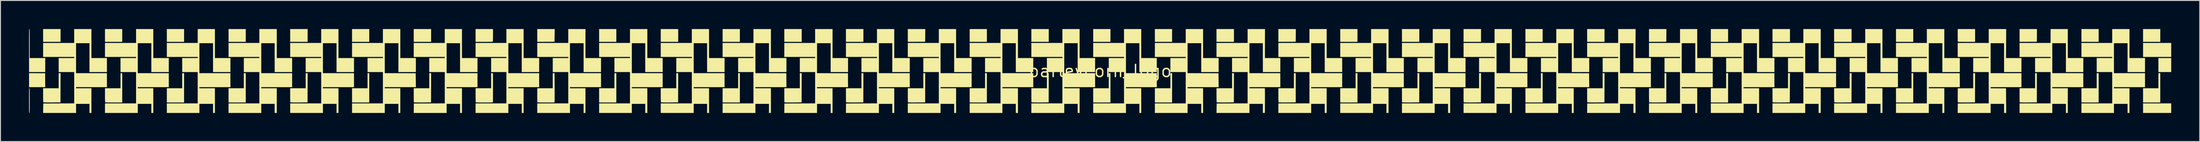
<source format=kicad_pcb>
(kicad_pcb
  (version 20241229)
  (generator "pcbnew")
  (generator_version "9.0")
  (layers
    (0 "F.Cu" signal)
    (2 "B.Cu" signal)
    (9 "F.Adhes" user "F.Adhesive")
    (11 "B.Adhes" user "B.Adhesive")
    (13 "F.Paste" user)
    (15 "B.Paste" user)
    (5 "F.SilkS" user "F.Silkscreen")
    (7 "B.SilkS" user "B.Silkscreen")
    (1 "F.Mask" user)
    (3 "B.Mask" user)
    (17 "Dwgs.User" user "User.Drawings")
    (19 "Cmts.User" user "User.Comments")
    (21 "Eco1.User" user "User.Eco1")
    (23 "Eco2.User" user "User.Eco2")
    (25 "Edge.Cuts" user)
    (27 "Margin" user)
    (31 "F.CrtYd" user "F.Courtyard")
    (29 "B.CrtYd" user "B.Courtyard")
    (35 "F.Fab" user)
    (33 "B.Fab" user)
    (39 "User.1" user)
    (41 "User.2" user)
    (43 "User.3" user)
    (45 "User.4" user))
  (footprint "barleycorn_logo"
    (layer "F.Cu")
    (at 112.506 4.408)
    (property "Reference" "barleycorn_logo" (at 0 0 0) (layer "F.SilkS") (effects (font (size 1.27 1.27) (thickness 0.15))))
    (attr exclude_from_pos_files exclude_from_bom)
    (fp_poly (pts (xy -109.199 -3.069) (xy -111.019 -3.069) (xy -111.019 -4.403) (xy -109.199 -4.403) (xy -109.199 -3.069)) (stroke (width 0.01) (type solid)) (fill yes) (layer "F.SilkS"))
    (fp_poly (pts (xy -102.722 -3.069) (xy -104.521 -3.069) (xy -104.521 -4.403) (xy -102.722 -4.403) (xy -102.722 -3.069)) (stroke (width 0.01) (type solid)) (fill yes) (layer "F.SilkS"))
    (fp_poly (pts (xy -96.224 -3.069) (xy -98.023 -3.069) (xy -98.023 -4.403) (xy -96.224 -4.403) (xy -96.224 -3.069)) (stroke (width 0.01) (type solid)) (fill yes) (layer "F.SilkS"))
    (fp_poly (pts (xy -89.747 -3.069) (xy -91.546 -3.069) (xy -91.546 -4.403) (xy -89.747 -4.403) (xy -89.747 -3.069)) (stroke (width 0.01) (type solid)) (fill yes) (layer "F.SilkS"))
    (fp_poly (pts (xy -83.249 -3.069) (xy -85.069 -3.069) (xy -85.069 -4.403) (xy -83.249 -4.403) (xy -83.249 -3.069)) (stroke (width 0.01) (type solid)) (fill yes) (layer "F.SilkS"))
    (fp_poly (pts (xy -76.772 -3.069) (xy -78.571 -3.069) (xy -78.571 -4.403) (xy -76.772 -4.403) (xy -76.772 -3.069)) (stroke (width 0.01) (type solid)) (fill yes) (layer "F.SilkS"))
    (fp_poly (pts (xy -70.273 -3.069) (xy -72.094 -3.069) (xy -72.094 -4.403) (xy -70.273 -4.403) (xy -70.273 -3.069)) (stroke (width 0.01) (type solid)) (fill yes) (layer "F.SilkS"))
    (fp_poly (pts (xy -57.309 -3.08) (xy -59.118 -3.069) (xy -59.118 -4.403) (xy -57.298 -4.403) (xy -57.309 -3.08)) (stroke (width 0.01) (type solid)) (fill yes) (layer "F.SilkS"))
    (fp_poly (pts (xy -50.821 -3.069) (xy -52.62 -3.069) (xy -52.62 -4.403) (xy -50.821 -4.403) (xy -50.821 -3.069)) (stroke (width 0.01) (type solid)) (fill yes) (layer "F.SilkS"))
    (fp_poly (pts (xy -44.323 -3.069) (xy -46.143 -3.069) (xy -46.143 -4.403) (xy -44.323 -4.403) (xy -44.323 -3.069)) (stroke (width 0.01) (type solid)) (fill yes) (layer "F.SilkS"))
    (fp_poly (pts (xy -37.846 -3.069) (xy -39.645 -3.069) (xy -39.645 -4.403) (xy -37.846 -4.403) (xy -37.846 -3.069)) (stroke (width 0.01) (type solid)) (fill yes) (layer "F.SilkS"))
    (fp_poly (pts (xy -31.348 -3.069) (xy -33.168 -3.069) (xy -33.168 -4.403) (xy -31.348 -4.403) (xy -31.348 -3.069)) (stroke (width 0.01) (type solid)) (fill yes) (layer "F.SilkS"))
    (fp_poly (pts (xy -24.871 -3.069) (xy -26.691 -3.069) (xy -26.691 -4.403) (xy -24.871 -4.403) (xy -24.871 -3.069)) (stroke (width 0.01) (type solid)) (fill yes) (layer "F.SilkS"))
    (fp_poly (pts (xy -18.383 -3.08) (xy -20.193 -3.069) (xy -20.193 -4.403) (xy -18.372 -4.403) (xy -18.383 -3.08)) (stroke (width 0.01) (type solid)) (fill yes) (layer "F.SilkS"))
    (fp_poly (pts (xy -11.896 -3.069) (xy -13.695 -3.069) (xy -13.695 -4.403) (xy -11.896 -4.403) (xy -11.896 -3.069)) (stroke (width 0.01) (type solid)) (fill yes) (layer "F.SilkS"))
    (fp_poly (pts (xy -5.397 -3.069) (xy -7.218 -3.069) (xy -7.218 -4.403) (xy -5.397 -4.403) (xy -5.397 -3.069)) (stroke (width 0.01) (type solid)) (fill yes) (layer "F.SilkS"))
    (fp_poly (pts (xy 1.079 -3.069) (xy -0.72 -3.069) (xy -0.72 -4.403) (xy 1.079 -4.403) (xy 1.079 -3.069)) (stroke (width 0.01) (type solid)) (fill yes) (layer "F.SilkS"))
    (fp_poly (pts (xy 7.556 -3.069) (xy 5.757 -3.069) (xy 5.757 -4.403) (xy 7.556 -4.403) (xy 7.556 -3.069)) (stroke (width 0.01) (type solid)) (fill yes) (layer "F.SilkS"))
    (fp_poly (pts (xy 14.055 -3.069) (xy 12.234 -3.069) (xy 12.234 -4.403) (xy 14.055 -4.403) (xy 14.055 -3.069)) (stroke (width 0.01) (type solid)) (fill yes) (layer "F.SilkS"))
    (fp_poly (pts (xy 20.542 -3.08) (xy 18.733 -3.069) (xy 18.733 -4.403) (xy 20.553 -4.403) (xy 20.542 -3.08)) (stroke (width 0.01) (type solid)) (fill yes) (layer "F.SilkS"))
    (fp_poly (pts (xy 27.03 -3.069) (xy 25.231 -3.069) (xy 25.231 -4.403) (xy 27.03 -4.403) (xy 27.03 -3.069)) (stroke (width 0.01) (type solid)) (fill yes) (layer "F.SilkS"))
    (fp_poly (pts (xy 33.528 -3.069) (xy 31.708 -3.069) (xy 31.708 -4.403) (xy 33.528 -4.403) (xy 33.528 -3.069)) (stroke (width 0.01) (type solid)) (fill yes) (layer "F.SilkS"))
    (fp_poly (pts (xy 40.005 -3.069) (xy 38.185 -3.069) (xy 38.185 -4.403) (xy 40.005 -4.403) (xy 40.005 -3.069)) (stroke (width 0.01) (type solid)) (fill yes) (layer "F.SilkS"))
    (fp_poly (pts (xy 46.482 -3.069) (xy 44.683 -3.069) (xy 44.683 -4.403) (xy 46.482 -4.403) (xy 46.482 -3.069)) (stroke (width 0.01) (type solid)) (fill yes) (layer "F.SilkS"))
    (fp_poly (pts (xy 52.98 -3.069) (xy 51.16 -3.069) (xy 51.16 -4.403) (xy 52.98 -4.403) (xy 52.98 -3.069)) (stroke (width 0.01) (type solid)) (fill yes) (layer "F.SilkS"))
    (fp_poly (pts (xy 59.468 -3.08) (xy 57.658 -3.069) (xy 57.658 -4.403) (xy 59.479 -4.403) (xy 59.468 -3.08)) (stroke (width 0.01) (type solid)) (fill yes) (layer "F.SilkS"))
    (fp_poly (pts (xy 65.955 -3.069) (xy 64.156 -3.069) (xy 64.156 -4.403) (xy 65.955 -4.403) (xy 65.955 -3.069)) (stroke (width 0.01) (type solid)) (fill yes) (layer "F.SilkS"))
    (fp_poly (pts (xy 72.454 -3.069) (xy 70.633 -3.069) (xy 70.633 -4.403) (xy 72.454 -4.403) (xy 72.454 -3.069)) (stroke (width 0.01) (type solid)) (fill yes) (layer "F.SilkS"))
    (fp_poly (pts (xy 78.93 -3.069) (xy 77.11 -3.069) (xy 77.11 -4.403) (xy 78.93 -4.403) (xy 78.93 -3.069)) (stroke (width 0.01) (type solid)) (fill yes) (layer "F.SilkS"))
    (fp_poly (pts (xy 85.407 -3.069) (xy 83.608 -3.069) (xy 83.608 -4.403) (xy 85.407 -4.403) (xy 85.407 -3.069)) (stroke (width 0.01) (type solid)) (fill yes) (layer "F.SilkS"))
    (fp_poly (pts (xy 98.393 -3.08) (xy 96.584 -3.069) (xy 96.584 -4.403) (xy 98.404 -4.403) (xy 98.393 -3.08)) (stroke (width 0.01) (type solid)) (fill yes) (layer "F.SilkS"))
    (fp_poly (pts (xy 104.881 -3.069) (xy 103.082 -3.069) (xy 103.082 -4.403) (xy 104.881 -4.403) (xy 104.881 -3.069)) (stroke (width 0.01) (type solid)) (fill yes) (layer "F.SilkS"))
    (fp_poly (pts (xy 111.358 -3.069) (xy 109.559 -3.069) (xy 109.559 -4.403) (xy 111.358 -4.403) (xy 111.358 -3.069)) (stroke (width 0.01) (type solid)) (fill yes) (layer "F.SilkS"))
    (fp_poly (pts (xy 112.501 -1.482) (xy 109.559 -1.482) (xy 109.559 -2.942) (xy 112.501 -2.942) (xy 112.501 -1.482)) (stroke (width 0.01) (type solid)) (fill yes) (layer "F.SilkS"))
    (fp_poly (pts (xy 112.501 0.106) (xy 111.167 0.106) (xy 111.167 -1.355) (xy 112.501 -1.355) (xy 112.501 0.106)) (stroke (width 0.01) (type solid)) (fill yes) (layer "F.SilkS"))
    (fp_poly (pts (xy 112.501 4.403) (xy 109.559 4.403) (xy 109.559 3.408) (xy 112.501 3.408) (xy 112.501 4.403)) (stroke (width 0.01) (type solid)) (fill yes) (layer "F.SilkS"))
    (fp_poly (pts (xy -111.659 0.238) (xy -110.818 0.243) (xy -110.813 0.968) (xy -110.807 1.693) (xy -112.501 1.693) (xy -112.501 0.232) (xy -111.659 0.238)) (stroke (width 0.01) (type solid)) (fill yes) (layer "F.SilkS"))
    (fp_poly (pts (xy -96.224 3.302) (xy -98.023 3.302) (xy -98.023 1.82) (xy -96.414 1.82) (xy -96.414 0.233) (xy -96.224 0.233) (xy -96.224 3.302)) (stroke (width 0.01) (type solid)) (fill yes) (layer "F.SilkS"))
    (fp_poly (pts (xy -89.747 3.302) (xy -91.546 3.302) (xy -91.546 1.82) (xy -89.937 1.82) (xy -89.937 0.233) (xy -89.747 0.233) (xy -89.747 3.302)) (stroke (width 0.01) (type solid)) (fill yes) (layer "F.SilkS"))
    (fp_poly (pts (xy -76.772 3.302) (xy -78.571 3.302) (xy -78.571 1.82) (xy -76.941 1.82) (xy -76.941 0.233) (xy -76.772 0.233) (xy -76.772 3.302)) (stroke (width 0.01) (type solid)) (fill yes) (layer "F.SilkS"))
    (fp_poly (pts (xy -50.821 3.302) (xy -52.62 3.302) (xy -52.62 1.82) (xy -51.012 1.82) (xy -51.012 0.233) (xy -50.821 0.233) (xy -50.821 3.302)) (stroke (width 0.01) (type solid)) (fill yes) (layer "F.SilkS"))
    (fp_poly (pts (xy -37.846 3.302) (xy -39.645 3.302) (xy -39.645 1.82) (xy -38.015 1.82) (xy -38.015 0.233) (xy -37.846 0.233) (xy -37.846 3.302)) (stroke (width 0.01) (type solid)) (fill yes) (layer "F.SilkS"))
    (fp_poly (pts (xy -11.896 3.302) (xy -13.695 3.302) (xy -13.695 1.82) (xy -12.086 1.82) (xy -12.086 0.233) (xy -11.896 0.233) (xy -11.896 3.302)) (stroke (width 0.01) (type solid)) (fill yes) (layer "F.SilkS"))
    (fp_poly (pts (xy 1.079 3.302) (xy -0.72 3.302) (xy -0.72 1.82) (xy 0.91 1.82) (xy 0.91 0.233) (xy 1.079 0.233) (xy 1.079 3.302)) (stroke (width 0.01) (type solid)) (fill yes) (layer "F.SilkS"))
    (fp_poly (pts (xy 7.556 3.302) (xy 5.757 3.302) (xy 5.757 1.82) (xy 7.387 1.82) (xy 7.387 0.233) (xy 7.556 0.233) (xy 7.556 3.302)) (stroke (width 0.01) (type solid)) (fill yes) (layer "F.SilkS"))
    (fp_poly (pts (xy 27.03 3.302) (xy 25.231 3.302) (xy 25.231 1.82) (xy 26.839 1.82) (xy 26.839 0.233) (xy 27.03 0.233) (xy 27.03 3.302)) (stroke (width 0.01) (type solid)) (fill yes) (layer "F.SilkS"))
    (fp_poly (pts (xy 46.482 3.302) (xy 44.683 3.302) (xy 44.683 1.82) (xy 46.313 1.82) (xy 46.313 0.233) (xy 46.482 0.233) (xy 46.482 3.302)) (stroke (width 0.01) (type solid)) (fill yes) (layer "F.SilkS"))
    (fp_poly (pts (xy 65.955 3.302) (xy 64.156 3.302) (xy 64.156 1.82) (xy 65.765 1.82) (xy 65.765 0.233) (xy 65.955 0.233) (xy 65.955 3.302)) (stroke (width 0.01) (type solid)) (fill yes) (layer "F.SilkS"))
    (fp_poly (pts (xy 85.407 3.302) (xy 83.608 3.302) (xy 83.608 1.82) (xy 85.238 1.82) (xy 85.238 0.233) (xy 85.407 0.233) (xy 85.407 3.302)) (stroke (width 0.01) (type solid)) (fill yes) (layer "F.SilkS"))
    (fp_poly (pts (xy 104.881 3.302) (xy 103.082 3.302) (xy 103.082 1.82) (xy 104.69 1.82) (xy 104.69 0.233) (xy 104.881 0.233) (xy 104.881 3.302)) (stroke (width 0.01) (type solid)) (fill yes) (layer "F.SilkS"))
    (fp_poly (pts (xy 111.358 3.302) (xy 109.559 3.302) (xy 109.559 1.82) (xy 111.167 1.82) (xy 111.167 0.233) (xy 111.358 0.233) (xy 111.358 3.302)) (stroke (width 0.01) (type solid)) (fill yes) (layer "F.SilkS"))
    (fp_poly (pts (xy 91.906 -3.069) (xy 91.01 -3.069) (xy 90.819 -3.069) (xy 90.641 -3.07) (xy 90.481 -3.072) (xy 90.344 -3.074) (xy 90.232 -3.076) (xy 90.152 -3.079) (xy 90.107 -3.082) (xy 90.099 -3.083) (xy 90.096 -3.107) (xy 90.093 -3.168) (xy 90.09 -3.261) (xy 90.088 -3.38) (xy 90.086 -3.521) (xy 90.085 -3.678) (xy 90.085 -3.75) (xy 90.085 -4.403) (xy 91.906 -4.403) (xy 91.906 -3.069)) (stroke (width 0.01) (type solid)) (fill yes) (layer "F.SilkS"))
    (fp_poly (pts (xy -102.722 3.302) (xy -103.607 3.302) (xy -103.797 3.302) (xy -103.973 3.301) (xy -104.132 3.299) (xy -104.269 3.297) (xy -104.378 3.295) (xy -104.457 3.292) (xy -104.5 3.289) (xy -104.507 3.288) (xy -104.51 3.264) (xy -104.513 3.203) (xy -104.516 3.109) (xy -104.518 2.988) (xy -104.52 2.845) (xy -104.521 2.684) (xy -104.521 2.547) (xy -104.521 1.82) (xy -102.891 1.82) (xy -102.891 0.233) (xy -102.722 0.233) (xy -102.722 3.302)) (stroke (width 0.01) (type solid)) (fill yes) (layer "F.SilkS"))
    (fp_poly (pts (xy -63.775 -3.769) (xy -63.776 -3.609) (xy -63.777 -3.461) (xy -63.779 -3.331) (xy -63.781 -3.225) (xy -63.784 -3.149) (xy -63.787 -3.108) (xy -63.788 -3.103) (xy -63.795 -3.094) (xy -63.811 -3.088) (xy -63.839 -3.082) (xy -63.884 -3.078) (xy -63.95 -3.075) (xy -64.039 -3.072) (xy -64.156 -3.071) (xy -64.304 -3.07) (xy -64.488 -3.069) (xy -64.698 -3.069) (xy -65.596 -3.069) (xy -65.596 -4.403) (xy -63.775 -4.403) (xy -63.775 -3.769)) (stroke (width 0.01) (type solid)) (fill yes) (layer "F.SilkS"))
    (fp_poly (pts (xy -109.204 1.762) (xy -109.209 3.291) (xy -110.1 3.297) (xy -110.29 3.298) (xy -110.467 3.298) (xy -110.626 3.297) (xy -110.764 3.296) (xy -110.874 3.295) (xy -110.954 3.292) (xy -110.997 3.29) (xy -111.005 3.288) (xy -111.008 3.264) (xy -111.011 3.203) (xy -111.014 3.11) (xy -111.016 2.988) (xy -111.018 2.845) (xy -111.019 2.684) (xy -111.019 2.547) (xy -111.019 1.82) (xy -109.389 1.82) (xy -109.389 0.233) (xy -109.199 0.233) (xy -109.204 1.762)) (stroke (width 0.01) (type solid)) (fill yes) (layer "F.SilkS"))
    (fp_poly (pts (xy -83.254 1.762) (xy -83.259 3.291) (xy -84.15 3.297) (xy -84.34 3.298) (xy -84.517 3.298) (xy -84.676 3.297) (xy -84.813 3.296) (xy -84.924 3.295) (xy -85.003 3.292) (xy -85.047 3.29) (xy -85.054 3.288) (xy -85.058 3.264) (xy -85.061 3.203) (xy -85.064 3.11) (xy -85.066 2.988) (xy -85.068 2.845) (xy -85.069 2.684) (xy -85.069 2.547) (xy -85.069 1.82) (xy -83.439 1.82) (xy -83.439 0.233) (xy -83.248 0.233) (xy -83.254 1.762)) (stroke (width 0.01) (type solid)) (fill yes) (layer "F.SilkS"))
    (fp_poly (pts (xy -70.278 1.762) (xy -70.284 3.291) (xy -71.174 3.297) (xy -71.365 3.298) (xy -71.542 3.298) (xy -71.701 3.297) (xy -71.838 3.296) (xy -71.949 3.295) (xy -72.028 3.292) (xy -72.072 3.29) (xy -72.079 3.288) (xy -72.083 3.264) (xy -72.086 3.203) (xy -72.089 3.11) (xy -72.091 2.988) (xy -72.092 2.845) (xy -72.093 2.684) (xy -72.094 2.547) (xy -72.094 1.82) (xy -70.464 1.82) (xy -70.464 0.233) (xy -70.273 0.233) (xy -70.278 1.762)) (stroke (width 0.01) (type solid)) (fill yes) (layer "F.SilkS"))
    (fp_poly (pts (xy -44.328 1.762) (xy -44.334 3.291) (xy -45.224 3.297) (xy -45.414 3.298) (xy -45.591 3.298) (xy -45.751 3.297) (xy -45.888 3.296) (xy -45.998 3.295) (xy -46.078 3.292) (xy -46.122 3.29) (xy -46.129 3.288) (xy -46.132 3.264) (xy -46.135 3.203) (xy -46.138 3.11) (xy -46.14 2.988) (xy -46.142 2.845) (xy -46.143 2.684) (xy -46.143 2.547) (xy -46.143 1.82) (xy -44.514 1.82) (xy -44.514 0.233) (xy -44.323 0.233) (xy -44.328 1.762)) (stroke (width 0.01) (type solid)) (fill yes) (layer "F.SilkS"))
    (fp_poly (pts (xy -31.353 1.762) (xy -31.358 3.291) (xy -32.249 3.297) (xy -32.439 3.298) (xy -32.616 3.298) (xy -32.775 3.297) (xy -32.913 3.296) (xy -33.023 3.295) (xy -33.103 3.292) (xy -33.146 3.29) (xy -33.154 3.288) (xy -33.157 3.264) (xy -33.16 3.203) (xy -33.163 3.11) (xy -33.165 2.988) (xy -33.167 2.845) (xy -33.168 2.684) (xy -33.168 2.547) (xy -33.168 1.82) (xy -31.538 1.82) (xy -31.538 0.233) (xy -31.348 0.233) (xy -31.353 1.762)) (stroke (width 0.01) (type solid)) (fill yes) (layer "F.SilkS"))
    (fp_poly (pts (xy -24.876 1.762) (xy -24.881 3.291) (xy -25.772 3.297) (xy -25.962 3.298) (xy -26.139 3.298) (xy -26.298 3.297) (xy -26.436 3.296) (xy -26.546 3.295) (xy -26.626 3.292) (xy -26.669 3.29) (xy -26.677 3.288) (xy -26.68 3.264) (xy -26.683 3.203) (xy -26.686 3.11) (xy -26.688 2.988) (xy -26.69 2.845) (xy -26.691 2.684) (xy -26.691 2.547) (xy -26.691 1.82) (xy -25.061 1.82) (xy -25.061 0.233) (xy -24.871 0.233) (xy -24.876 1.762)) (stroke (width 0.01) (type solid)) (fill yes) (layer "F.SilkS"))
    (fp_poly (pts (xy -18.473 0.237) (xy -18.383 0.243) (xy -18.383 3.291) (xy -19.274 3.297) (xy -19.464 3.298) (xy -19.641 3.298) (xy -19.8 3.297) (xy -19.937 3.296) (xy -20.048 3.295) (xy -20.127 3.292) (xy -20.171 3.29) (xy -20.179 3.288) (xy -20.182 3.264) (xy -20.185 3.203) (xy -20.188 3.11) (xy -20.19 2.988) (xy -20.192 2.845) (xy -20.193 2.684) (xy -20.193 2.547) (xy -20.193 1.82) (xy -18.563 1.82) (xy -18.563 0.23) (xy -18.473 0.237)) (stroke (width 0.01) (type solid)) (fill yes) (layer "F.SilkS"))
    (fp_poly (pts (xy -5.403 1.762) (xy -5.408 3.291) (xy -6.299 3.297) (xy -6.489 3.298) (xy -6.666 3.298) (xy -6.825 3.297) (xy -6.962 3.296) (xy -7.073 3.295) (xy -7.152 3.292) (xy -7.196 3.29) (xy -7.203 3.288) (xy -7.207 3.264) (xy -7.21 3.203) (xy -7.213 3.11) (xy -7.215 2.988) (xy -7.217 2.845) (xy -7.218 2.684) (xy -7.218 2.547) (xy -7.218 1.82) (xy -5.588 1.82) (xy -5.588 0.233) (xy -5.397 0.233) (xy -5.403 1.762)) (stroke (width 0.01) (type solid)) (fill yes) (layer "F.SilkS"))
    (fp_poly (pts (xy 14.05 1.762) (xy 14.044 3.291) (xy 13.154 3.297) (xy 12.963 3.298) (xy 12.786 3.298) (xy 12.627 3.297) (xy 12.49 3.296) (xy 12.379 3.295) (xy 12.3 3.292) (xy 12.256 3.29) (xy 12.249 3.288) (xy 12.245 3.264) (xy 12.242 3.203) (xy 12.239 3.11) (xy 12.237 2.988) (xy 12.236 2.845) (xy 12.235 2.684) (xy 12.234 2.547) (xy 12.234 1.82) (xy 13.864 1.82) (xy 13.864 0.233) (xy 14.055 0.233) (xy 14.05 1.762)) (stroke (width 0.01) (type solid)) (fill yes) (layer "F.SilkS"))
    (fp_poly (pts (xy 20.452 0.237) (xy 20.542 0.243) (xy 20.542 3.291) (xy 19.652 3.297) (xy 19.462 3.298) (xy 19.285 3.298) (xy 19.125 3.297) (xy 18.988 3.296) (xy 18.878 3.295) (xy 18.798 3.292) (xy 18.754 3.29) (xy 18.747 3.288) (xy 18.743 3.264) (xy 18.74 3.203) (xy 18.738 3.11) (xy 18.735 2.988) (xy 18.734 2.845) (xy 18.733 2.684) (xy 18.733 2.547) (xy 18.733 1.82) (xy 20.362 1.82) (xy 20.362 0.23) (xy 20.452 0.237)) (stroke (width 0.01) (type solid)) (fill yes) (layer "F.SilkS"))
    (fp_poly (pts (xy 33.523 1.762) (xy 33.517 3.291) (xy 32.627 3.297) (xy 32.437 3.298) (xy 32.26 3.298) (xy 32.1 3.297) (xy 31.963 3.296) (xy 31.853 3.295) (xy 31.773 3.292) (xy 31.729 3.29) (xy 31.722 3.288) (xy 31.719 3.264) (xy 31.716 3.203) (xy 31.713 3.11) (xy 31.711 2.988) (xy 31.709 2.845) (xy 31.708 2.684) (xy 31.708 2.547) (xy 31.708 1.82) (xy 33.337 1.82) (xy 33.337 0.233) (xy 33.528 0.233) (xy 33.523 1.762)) (stroke (width 0.01) (type solid)) (fill yes) (layer "F.SilkS"))
    (fp_poly (pts (xy 40 1.762) (xy 39.994 3.291) (xy 39.104 3.297) (xy 38.914 3.298) (xy 38.737 3.298) (xy 38.577 3.297) (xy 38.44 3.296) (xy 38.33 3.295) (xy 38.25 3.292) (xy 38.206 3.29) (xy 38.199 3.288) (xy 38.196 3.264) (xy 38.193 3.203) (xy 38.19 3.11) (xy 38.188 2.988) (xy 38.186 2.845) (xy 38.185 2.684) (xy 38.185 2.547) (xy 38.185 1.82) (xy 39.815 1.82) (xy 39.815 0.233) (xy 40.005 0.233) (xy 40 1.762)) (stroke (width 0.01) (type solid)) (fill yes) (layer "F.SilkS"))
    (fp_poly (pts (xy 52.975 1.762) (xy 52.97 3.291) (xy 52.079 3.297) (xy 51.889 3.298) (xy 51.712 3.298) (xy 51.553 3.297) (xy 51.415 3.296) (xy 51.305 3.295) (xy 51.225 3.292) (xy 51.182 3.29) (xy 51.174 3.288) (xy 51.171 3.264) (xy 51.168 3.203) (xy 51.165 3.11) (xy 51.163 2.988) (xy 51.161 2.845) (xy 51.16 2.684) (xy 51.16 2.547) (xy 51.16 1.82) (xy 52.79 1.82) (xy 52.79 0.233) (xy 52.98 0.233) (xy 52.975 1.762)) (stroke (width 0.01) (type solid)) (fill yes) (layer "F.SilkS"))
    (fp_poly (pts (xy 59.378 0.237) (xy 59.468 0.243) (xy 59.468 3.291) (xy 58.577 3.297) (xy 58.387 3.298) (xy 58.21 3.298) (xy 58.051 3.297) (xy 57.914 3.296) (xy 57.803 3.295) (xy 57.724 3.292) (xy 57.68 3.29) (xy 57.672 3.288) (xy 57.669 3.264) (xy 57.666 3.203) (xy 57.663 3.11) (xy 57.661 2.988) (xy 57.659 2.845) (xy 57.658 2.684) (xy 57.658 2.547) (xy 57.658 1.82) (xy 59.288 1.82) (xy 59.288 0.23) (xy 59.378 0.237)) (stroke (width 0.01) (type solid)) (fill yes) (layer "F.SilkS"))
    (fp_poly (pts (xy 72.448 1.762) (xy 72.443 3.291) (xy 71.552 3.297) (xy 71.362 3.298) (xy 71.185 3.298) (xy 71.026 3.297) (xy 70.889 3.296) (xy 70.778 3.295) (xy 70.699 3.292) (xy 70.655 3.29) (xy 70.648 3.288) (xy 70.644 3.264) (xy 70.641 3.203) (xy 70.638 3.11) (xy 70.636 2.988) (xy 70.634 2.845) (xy 70.633 2.684) (xy 70.633 2.547) (xy 70.633 1.82) (xy 72.263 1.82) (xy 72.263 0.233) (xy 72.454 0.233) (xy 72.448 1.762)) (stroke (width 0.01) (type solid)) (fill yes) (layer "F.SilkS"))
    (fp_poly (pts (xy 78.925 1.762) (xy 78.92 3.291) (xy 78.029 3.297) (xy 77.839 3.298) (xy 77.662 3.298) (xy 77.503 3.297) (xy 77.366 3.296) (xy 77.255 3.295) (xy 77.176 3.292) (xy 77.132 3.29) (xy 77.125 3.288) (xy 77.121 3.264) (xy 77.118 3.203) (xy 77.115 3.11) (xy 77.113 2.988) (xy 77.111 2.845) (xy 77.11 2.684) (xy 77.11 2.547) (xy 77.11 1.82) (xy 78.74 1.82) (xy 78.74 0.233) (xy 78.931 0.233) (xy 78.925 1.762)) (stroke (width 0.01) (type solid)) (fill yes) (layer "F.SilkS"))
    (fp_poly (pts (xy 98.303 0.237) (xy 98.393 0.243) (xy 98.393 3.291) (xy 97.503 3.297) (xy 97.313 3.298) (xy 97.136 3.298) (xy 96.976 3.297) (xy 96.839 3.296) (xy 96.729 3.295) (xy 96.649 3.292) (xy 96.605 3.29) (xy 96.598 3.288) (xy 96.594 3.264) (xy 96.591 3.203) (xy 96.589 3.11) (xy 96.586 2.988) (xy 96.585 2.845) (xy 96.584 2.684) (xy 96.584 2.547) (xy 96.584 1.82) (xy 98.213 1.82) (xy 98.213 0.23) (xy 98.303 0.237)) (stroke (width 0.01) (type solid)) (fill yes) (layer "F.SilkS"))
    (fp_poly (pts (xy 91.901 1.762) (xy 91.895 3.291) (xy 91 3.297) (xy 90.773 3.298) (xy 90.585 3.298) (xy 90.433 3.298) (xy 90.314 3.296) (xy 90.224 3.294) (xy 90.16 3.29) (xy 90.12 3.286) (xy 90.099 3.28) (xy 90.095 3.276) (xy 90.093 3.249) (xy 90.091 3.185) (xy 90.09 3.088) (xy 90.089 2.965) (xy 90.089 2.821) (xy 90.09 2.659) (xy 90.09 2.54) (xy 90.096 1.831) (xy 90.906 1.825) (xy 91.715 1.82) (xy 91.715 0.233) (xy 91.906 0.233) (xy 91.901 1.762)) (stroke (width 0.01) (type solid)) (fill yes) (layer "F.SilkS"))
    (fp_poly (pts (xy -99.462 -1.355) (xy -97.832 -1.355) (xy -97.832 0.106) (xy -99.653 0.106) (xy -99.653 -2.921) (xy -101.092 -2.921) (xy -101.092 0.233) (xy -97.832 0.233) (xy -97.832 1.693) (xy -101.092 1.693) (xy -101.092 1.82) (xy -99.462 1.82) (xy -99.462 4.403) (xy -99.653 4.403) (xy -99.653 3.45) (xy -101.092 3.45) (xy -101.092 4.403) (xy -104.521 4.403) (xy -104.521 3.408) (xy -101.261 3.408) (xy -101.261 0.106) (xy -102.891 0.106) (xy -102.891 -1.355) (xy -101.261 -1.355) (xy -101.261 -1.482) (xy -104.521 -1.482) (xy -104.521 -2.942) (xy -101.261 -2.942) (xy -101.261 -4.403) (xy -99.462 -4.403) (xy -99.462 -1.355)) (stroke (width 0.01) (type solid)) (fill yes) (layer "F.SilkS"))
    (fp_poly (pts (xy -92.985 -1.355) (xy -91.355 -1.355) (xy -91.355 0.106) (xy -93.176 0.106) (xy -93.176 -2.921) (xy -94.615 -2.921) (xy -94.615 0.233) (xy -91.355 0.233) (xy -91.355 1.693) (xy -94.615 1.693) (xy -94.615 1.82) (xy -92.985 1.82) (xy -92.985 4.403) (xy -93.176 4.403) (xy -93.176 3.45) (xy -94.615 3.45) (xy -94.615 4.403) (xy -98.023 4.403) (xy -98.023 3.408) (xy -94.784 3.408) (xy -94.784 0.106) (xy -96.414 0.106) (xy -96.414 -1.355) (xy -94.784 -1.355) (xy -94.784 -1.482) (xy -98.023 -1.482) (xy -98.023 -2.942) (xy -94.784 -2.942) (xy -94.784 -4.403) (xy -92.985 -4.403) (xy -92.985 -1.355)) (stroke (width 0.01) (type solid)) (fill yes) (layer "F.SilkS"))
    (fp_poly (pts (xy -86.487 -1.355) (xy -84.878 -1.355) (xy -84.878 0.106) (xy -86.699 0.106) (xy -86.699 -2.921) (xy -88.117 -2.921) (xy -88.117 0.233) (xy -84.878 0.233) (xy -84.878 1.693) (xy -88.117 1.693) (xy -88.117 1.82) (xy -86.487 1.82) (xy -86.487 4.403) (xy -86.699 4.403) (xy -86.699 3.45) (xy -88.117 3.45) (xy -88.117 4.403) (xy -91.546 4.403) (xy -91.546 3.408) (xy -88.307 3.408) (xy -88.307 0.106) (xy -89.937 0.106) (xy -89.937 -1.355) (xy -88.307 -1.355) (xy -88.307 -1.482) (xy -91.546 -1.482) (xy -91.546 -2.942) (xy -88.307 -2.942) (xy -88.307 -4.403) (xy -86.487 -4.403) (xy -86.487 -1.355)) (stroke (width 0.01) (type solid)) (fill yes) (layer "F.SilkS"))
    (fp_poly (pts (xy -80.01 -1.355) (xy -78.38 -1.355) (xy -78.38 0.106) (xy -80.201 0.106) (xy -80.201 -2.921) (xy -81.64 -2.921) (xy -81.64 0.233) (xy -78.38 0.233) (xy -78.38 1.693) (xy -81.64 1.693) (xy -81.64 1.82) (xy -80.01 1.82) (xy -80.01 4.403) (xy -80.201 4.403) (xy -80.201 3.45) (xy -81.64 3.45) (xy -81.64 4.403) (xy -85.069 4.403) (xy -85.069 3.408) (xy -81.809 3.408) (xy -81.809 0.106) (xy -83.439 0.106) (xy -83.439 -1.355) (xy -81.809 -1.355) (xy -81.809 -1.482) (xy -85.069 -1.482) (xy -85.069 -2.942) (xy -81.809 -2.942) (xy -81.809 -4.403) (xy -80.01 -4.403) (xy -80.01 -1.355)) (stroke (width 0.01) (type solid)) (fill yes) (layer "F.SilkS"))
    (fp_poly (pts (xy -60.558 -1.355) (xy -58.928 -1.355) (xy -58.928 0.106) (xy -60.748 0.106) (xy -60.748 -2.921) (xy -62.166 -2.921) (xy -62.166 0.233) (xy -58.928 0.233) (xy -58.928 1.693) (xy -62.166 1.693) (xy -62.166 1.82) (xy -60.558 1.82) (xy -60.558 4.403) (xy -60.748 4.403) (xy -60.748 3.45) (xy -62.166 3.45) (xy -62.166 4.403) (xy -65.596 4.403) (xy -65.596 3.408) (xy -62.357 3.408) (xy -62.357 0.106) (xy -63.966 0.106) (xy -63.966 -1.355) (xy -62.357 -1.355) (xy -62.357 -1.482) (xy -65.596 -1.482) (xy -65.596 -2.942) (xy -62.357 -2.942) (xy -62.357 -4.403) (xy -60.558 -4.403) (xy -60.558 -1.355)) (stroke (width 0.01) (type solid)) (fill yes) (layer "F.SilkS"))
    (fp_poly (pts (xy -54.06 -1.355) (xy -52.43 -1.355) (xy -52.43 0.106) (xy -54.25 0.106) (xy -54.25 -2.921) (xy -55.69 -2.921) (xy -55.69 0.233) (xy -52.43 0.233) (xy -52.43 1.693) (xy -55.69 1.693) (xy -55.69 1.82) (xy -54.06 1.82) (xy -54.06 4.403) (xy -54.25 4.403) (xy -54.25 3.45) (xy -55.69 3.45) (xy -55.69 4.403) (xy -59.118 4.403) (xy -59.118 3.408) (xy -55.859 3.408) (xy -55.859 0.106) (xy -57.489 0.106) (xy -57.489 -1.355) (xy -55.859 -1.355) (xy -55.859 -1.482) (xy -59.118 -1.482) (xy -59.118 -2.942) (xy -55.859 -2.942) (xy -55.859 -4.403) (xy -54.06 -4.403) (xy -54.06 -1.355)) (stroke (width 0.01) (type solid)) (fill yes) (layer "F.SilkS"))
    (fp_poly (pts (xy -47.562 -1.355) (xy -45.953 -1.355) (xy -45.953 0.106) (xy -47.773 0.106) (xy -47.773 -2.921) (xy -49.191 -2.921) (xy -49.191 0.233) (xy -45.953 0.233) (xy -45.953 1.693) (xy -49.191 1.693) (xy -49.191 1.82) (xy -47.562 1.82) (xy -47.562 4.403) (xy -47.773 4.403) (xy -47.773 3.45) (xy -49.191 3.45) (xy -49.191 4.403) (xy -52.62 4.403) (xy -52.62 3.408) (xy -49.382 3.408) (xy -49.382 0.106) (xy -51.012 0.106) (xy -51.012 -1.355) (xy -49.382 -1.355) (xy -49.382 -1.482) (xy -52.62 -1.482) (xy -52.62 -2.942) (xy -49.382 -2.942) (xy -49.382 -4.403) (xy -47.562 -4.403) (xy -47.562 -1.355)) (stroke (width 0.01) (type solid)) (fill yes) (layer "F.SilkS"))
    (fp_poly (pts (xy -41.084 -1.355) (xy -39.455 -1.355) (xy -39.455 0.106) (xy -41.275 0.106) (xy -41.275 -2.921) (xy -42.693 -2.921) (xy -42.693 0.233) (xy -39.455 0.233) (xy -39.455 1.693) (xy -42.693 1.693) (xy -42.693 1.82) (xy -41.084 1.82) (xy -41.084 4.403) (xy -41.275 4.403) (xy -41.275 3.45) (xy -42.693 3.45) (xy -42.693 4.403) (xy -46.143 4.403) (xy -46.143 3.408) (xy -42.884 3.408) (xy -42.884 0.106) (xy -44.514 0.106) (xy -44.514 -1.355) (xy -42.884 -1.355) (xy -42.884 -1.482) (xy -46.143 -1.482) (xy -46.143 -2.942) (xy -42.884 -2.942) (xy -42.884 -4.403) (xy -41.084 -4.403) (xy -41.084 -1.355)) (stroke (width 0.01) (type solid)) (fill yes) (layer "F.SilkS"))
    (fp_poly (pts (xy -15.134 -1.355) (xy -13.504 -1.355) (xy -13.504 0.106) (xy -15.325 0.106) (xy -15.325 -2.921) (xy -16.764 -2.921) (xy -16.764 0.233) (xy -13.504 0.233) (xy -13.504 1.693) (xy -16.764 1.693) (xy -16.764 1.82) (xy -15.134 1.82) (xy -15.134 4.403) (xy -15.325 4.403) (xy -15.325 3.45) (xy -16.764 3.45) (xy -16.764 4.403) (xy -20.193 4.403) (xy -20.193 3.408) (xy -16.933 3.408) (xy -16.933 0.106) (xy -18.563 0.106) (xy -18.563 -1.355) (xy -16.933 -1.355) (xy -16.933 -1.482) (xy -20.193 -1.482) (xy -20.193 -2.942) (xy -16.933 -2.942) (xy -16.933 -4.403) (xy -15.134 -4.403) (xy -15.134 -1.355)) (stroke (width 0.01) (type solid)) (fill yes) (layer "F.SilkS"))
    (fp_poly (pts (xy -8.636 -1.355) (xy -7.027 -1.355) (xy -7.027 0.106) (xy -8.848 0.106) (xy -8.848 -2.921) (xy -10.266 -2.921) (xy -10.266 0.233) (xy -7.027 0.233) (xy -7.027 1.693) (xy -10.266 1.693) (xy -10.266 1.82) (xy -8.636 1.82) (xy -8.636 4.403) (xy -8.848 4.403) (xy -8.848 3.45) (xy -10.266 3.45) (xy -10.266 4.403) (xy -13.695 4.403) (xy -13.695 3.408) (xy -10.456 3.408) (xy -10.456 0.106) (xy -12.086 0.106) (xy -12.086 -1.355) (xy -10.456 -1.355) (xy -10.456 -1.482) (xy -13.695 -1.482) (xy -13.695 -2.942) (xy -10.456 -2.942) (xy -10.456 -4.403) (xy -8.636 -4.403) (xy -8.636 -1.355)) (stroke (width 0.01) (type solid)) (fill yes) (layer "F.SilkS"))
    (fp_poly (pts (xy -2.159 -1.355) (xy -0.529 -1.355) (xy -0.529 0.106) (xy -2.349 0.106) (xy -2.349 -2.921) (xy -3.768 -2.921) (xy -3.768 0.233) (xy -0.529 0.233) (xy -0.529 1.693) (xy -3.768 1.693) (xy -3.768 1.82) (xy -2.159 1.82) (xy -2.159 4.403) (xy -2.349 4.403) (xy -2.349 3.45) (xy -3.768 3.45) (xy -3.768 4.403) (xy -7.218 4.403) (xy -7.218 3.408) (xy -3.958 3.408) (xy -3.958 0.106) (xy -5.588 0.106) (xy -5.588 -1.355) (xy -3.958 -1.355) (xy -3.958 -1.482) (xy -7.218 -1.482) (xy -7.218 -2.942) (xy -3.958 -2.942) (xy -3.958 -4.403) (xy -2.159 -4.403) (xy -2.159 -1.355)) (stroke (width 0.01) (type solid)) (fill yes) (layer "F.SilkS"))
    (fp_poly (pts (xy 4.318 -1.355) (xy 5.948 -1.355) (xy 5.948 0.106) (xy 4.128 0.106) (xy 4.128 -2.921) (xy 2.709 -2.921) (xy 2.709 0.233) (xy 5.948 0.233) (xy 5.948 1.693) (xy 2.709 1.693) (xy 2.709 1.82) (xy 4.318 1.82) (xy 4.318 4.403) (xy 4.128 4.403) (xy 4.128 3.45) (xy 2.709 3.45) (xy 2.709 4.403) (xy -0.72 4.403) (xy -0.72 3.408) (xy 2.519 3.408) (xy 2.519 0.106) (xy 0.91 0.106) (xy 0.91 -1.355) (xy 2.519 -1.355) (xy 2.519 -1.482) (xy -0.72 -1.482) (xy -0.72 -2.942) (xy 2.519 -2.942) (xy 2.519 -4.403) (xy 4.318 -4.403) (xy 4.318 -1.355)) (stroke (width 0.01) (type solid)) (fill yes) (layer "F.SilkS"))
    (fp_poly (pts (xy 23.791 -1.355) (xy 25.421 -1.355) (xy 25.421 0.106) (xy 23.601 0.106) (xy 23.601 -2.921) (xy 22.162 -2.921) (xy 22.162 0.233) (xy 25.421 0.233) (xy 25.421 1.693) (xy 22.162 1.693) (xy 22.162 1.82) (xy 23.791 1.82) (xy 23.791 4.403) (xy 23.601 4.403) (xy 23.601 3.45) (xy 22.162 3.45) (xy 22.162 4.403) (xy 18.733 4.403) (xy 18.733 3.408) (xy 21.992 3.408) (xy 21.992 0.106) (xy 20.362 0.106) (xy 20.362 -1.355) (xy 21.992 -1.355) (xy 21.992 -1.482) (xy 18.733 -1.482) (xy 18.733 -2.942) (xy 21.992 -2.942) (xy 21.992 -4.403) (xy 23.791 -4.403) (xy 23.791 -1.355)) (stroke (width 0.01) (type solid)) (fill yes) (layer "F.SilkS"))
    (fp_poly (pts (xy 30.29 -1.355) (xy 31.898 -1.355) (xy 31.898 0.106) (xy 30.078 0.106) (xy 30.078 -2.921) (xy 28.66 -2.921) (xy 28.66 0.233) (xy 31.898 0.233) (xy 31.898 1.693) (xy 28.66 1.693) (xy 28.66 1.82) (xy 30.29 1.82) (xy 30.29 4.403) (xy 30.078 4.403) (xy 30.078 3.45) (xy 28.66 3.45) (xy 28.66 4.403) (xy 25.231 4.403) (xy 25.231 3.408) (xy 28.469 3.408) (xy 28.469 0.106) (xy 26.839 0.106) (xy 26.839 -1.355) (xy 28.469 -1.355) (xy 28.469 -1.482) (xy 25.231 -1.482) (xy 25.231 -2.942) (xy 28.469 -2.942) (xy 28.469 -4.403) (xy 30.29 -4.403) (xy 30.29 -1.355)) (stroke (width 0.01) (type solid)) (fill yes) (layer "F.SilkS"))
    (fp_poly (pts (xy 36.767 -1.355) (xy 38.375 -1.355) (xy 38.375 0.106) (xy 36.555 0.106) (xy 36.555 -2.921) (xy 35.137 -2.921) (xy 35.137 0.233) (xy 38.375 0.233) (xy 38.375 1.693) (xy 35.137 1.693) (xy 35.137 1.82) (xy 36.767 1.82) (xy 36.767 4.403) (xy 36.555 4.403) (xy 36.555 3.45) (xy 35.137 3.45) (xy 35.137 4.403) (xy 31.708 4.403) (xy 31.708 3.408) (xy 34.946 3.408) (xy 34.946 0.106) (xy 33.337 0.106) (xy 33.337 -1.355) (xy 34.946 -1.355) (xy 34.946 -1.482) (xy 31.708 -1.482) (xy 31.708 -2.942) (xy 34.946 -2.942) (xy 34.946 -4.403) (xy 36.767 -4.403) (xy 36.767 -1.355)) (stroke (width 0.01) (type solid)) (fill yes) (layer "F.SilkS"))
    (fp_poly (pts (xy 43.243 -1.355) (xy 44.873 -1.355) (xy 44.873 0.106) (xy 43.053 0.106) (xy 43.053 -2.921) (xy 41.635 -2.921) (xy 41.635 0.233) (xy 44.873 0.233) (xy 44.873 1.693) (xy 41.635 1.693) (xy 41.635 1.82) (xy 43.243 1.82) (xy 43.243 4.403) (xy 43.053 4.403) (xy 43.053 3.45) (xy 41.635 3.45) (xy 41.635 4.403) (xy 38.185 4.403) (xy 38.185 3.408) (xy 41.444 3.408) (xy 41.444 0.106) (xy 39.815 0.106) (xy 39.815 -1.355) (xy 41.444 -1.355) (xy 41.444 -1.482) (xy 38.185 -1.482) (xy 38.185 -2.942) (xy 41.444 -2.942) (xy 41.444 -4.403) (xy 43.243 -4.403) (xy 43.243 -1.355)) (stroke (width 0.01) (type solid)) (fill yes) (layer "F.SilkS"))
    (fp_poly (pts (xy 62.717 -1.355) (xy 64.347 -1.355) (xy 64.347 0.106) (xy 62.526 0.106) (xy 62.526 -2.921) (xy 61.087 -2.921) (xy 61.087 0.233) (xy 64.347 0.233) (xy 64.347 1.693) (xy 61.087 1.693) (xy 61.087 1.82) (xy 62.717 1.82) (xy 62.717 4.403) (xy 62.526 4.403) (xy 62.526 3.45) (xy 61.087 3.45) (xy 61.087 4.403) (xy 57.658 4.403) (xy 57.658 3.408) (xy 60.918 3.408) (xy 60.918 0.106) (xy 59.288 0.106) (xy 59.288 -1.355) (xy 60.918 -1.355) (xy 60.918 -1.482) (xy 57.658 -1.482) (xy 57.658 -2.942) (xy 60.918 -2.942) (xy 60.918 -4.403) (xy 62.717 -4.403) (xy 62.717 -1.355)) (stroke (width 0.01) (type solid)) (fill yes) (layer "F.SilkS"))
    (fp_poly (pts (xy 69.215 -1.355) (xy 70.824 -1.355) (xy 70.824 0.106) (xy 69.003 0.106) (xy 69.003 -2.921) (xy 67.585 -2.921) (xy 67.585 0.233) (xy 70.824 0.233) (xy 70.824 1.693) (xy 67.585 1.693) (xy 67.585 1.82) (xy 69.215 1.82) (xy 69.215 4.403) (xy 69.003 4.403) (xy 69.003 3.45) (xy 67.585 3.45) (xy 67.585 4.403) (xy 64.156 4.403) (xy 64.156 3.408) (xy 67.395 3.408) (xy 67.395 0.106) (xy 65.765 0.106) (xy 65.765 -1.355) (xy 67.395 -1.355) (xy 67.395 -1.482) (xy 64.156 -1.482) (xy 64.156 -2.942) (xy 67.395 -2.942) (xy 67.395 -4.403) (xy 69.215 -4.403) (xy 69.215 -1.355)) (stroke (width 0.01) (type solid)) (fill yes) (layer "F.SilkS"))
    (fp_poly (pts (xy 75.692 -1.355) (xy 77.301 -1.355) (xy 77.301 0.106) (xy 75.48 0.106) (xy 75.48 -2.921) (xy 74.062 -2.921) (xy 74.062 0.233) (xy 77.301 0.233) (xy 77.301 1.693) (xy 74.062 1.693) (xy 74.062 1.82) (xy 75.692 1.82) (xy 75.692 4.403) (xy 75.48 4.403) (xy 75.48 3.45) (xy 74.062 3.45) (xy 74.062 4.403) (xy 70.633 4.403) (xy 70.633 3.408) (xy 73.872 3.408) (xy 73.872 0.106) (xy 72.263 0.106) (xy 72.263 -1.355) (xy 73.872 -1.355) (xy 73.872 -1.482) (xy 70.633 -1.482) (xy 70.633 -2.942) (xy 73.872 -2.942) (xy 73.872 -4.403) (xy 75.692 -4.403) (xy 75.692 -1.355)) (stroke (width 0.01) (type solid)) (fill yes) (layer "F.SilkS"))
    (fp_poly (pts (xy 82.169 -1.355) (xy 83.799 -1.355) (xy 83.799 0.106) (xy 81.978 0.106) (xy 81.978 -2.921) (xy 80.56 -2.921) (xy 80.56 0.233) (xy 83.799 0.233) (xy 83.799 1.693) (xy 80.56 1.693) (xy 80.56 1.82) (xy 82.169 1.82) (xy 82.169 4.403) (xy 81.978 4.403) (xy 81.978 3.45) (xy 80.56 3.45) (xy 80.56 4.403) (xy 77.11 4.403) (xy 77.11 3.408) (xy 80.37 3.408) (xy 80.37 0.106) (xy 78.74 0.106) (xy 78.74 -1.355) (xy 80.37 -1.355) (xy 80.37 -1.482) (xy 77.11 -1.482) (xy 77.11 -2.942) (xy 80.37 -2.942) (xy 80.37 -4.403) (xy 82.169 -4.403) (xy 82.169 -1.355)) (stroke (width 0.01) (type solid)) (fill yes) (layer "F.SilkS"))
    (fp_poly (pts (xy 101.642 -1.355) (xy 103.272 -1.355) (xy 103.272 0.106) (xy 101.452 0.106) (xy 101.452 -2.921) (xy 100.013 -2.921) (xy 100.013 0.233) (xy 103.272 0.233) (xy 103.272 1.693) (xy 100.013 1.693) (xy 100.013 1.82) (xy 101.642 1.82) (xy 101.642 4.403) (xy 101.452 4.403) (xy 101.452 3.45) (xy 100.013 3.45) (xy 100.013 4.403) (xy 96.584 4.403) (xy 96.584 3.408) (xy 99.843 3.408) (xy 99.843 0.106) (xy 98.213 0.106) (xy 98.213 -1.355) (xy 99.843 -1.355) (xy 99.843 -1.482) (xy 96.584 -1.482) (xy 96.584 -2.942) (xy 99.843 -2.942) (xy 99.843 -4.403) (xy 101.642 -4.403) (xy 101.642 -1.355)) (stroke (width 0.01) (type solid)) (fill yes) (layer "F.SilkS"))
    (fp_poly (pts (xy 108.119 -1.355) (xy 109.749 -1.355) (xy 109.749 0.106) (xy 107.929 0.106) (xy 107.929 -2.921) (xy 106.49 -2.921) (xy 106.49 0.233) (xy 109.749 0.233) (xy 109.749 1.693) (xy 106.49 1.693) (xy 106.49 1.82) (xy 108.119 1.82) (xy 108.119 4.403) (xy 107.929 4.403) (xy 107.929 3.45) (xy 106.49 3.45) (xy 106.49 4.403) (xy 103.082 4.403) (xy 103.082 3.408) (xy 106.32 3.408) (xy 106.32 0.106) (xy 104.69 0.106) (xy 104.69 -1.355) (xy 106.32 -1.355) (xy 106.32 -1.482) (xy 103.082 -1.482) (xy 103.082 -2.942) (xy 106.32 -2.942) (xy 106.32 -4.403) (xy 108.119 -4.403) (xy 108.119 -1.355)) (stroke (width 0.01) (type solid)) (fill yes) (layer "F.SilkS"))
    (fp_poly (pts (xy -105.96 -1.355) (xy -104.331 -1.355) (xy -104.331 0.106) (xy -106.151 0.106) (xy -106.151 -2.921) (xy -107.569 -2.921) (xy -107.569 0.233) (xy -104.331 0.233) (xy -104.331 1.693) (xy -107.569 1.693) (xy -107.569 1.82) (xy -105.96 1.82) (xy -105.96 4.403) (xy -106.151 4.403) (xy -106.151 3.45) (xy -107.569 3.45) (xy -107.569 4.403) (xy -111.02 4.403) (xy -111.009 3.418) (xy -109.384 3.413) (xy -107.76 3.408) (xy -107.76 0.106) (xy -109.389 0.106) (xy -109.389 -1.355) (xy -107.76 -1.355) (xy -107.76 -1.482) (xy -111.019 -1.482) (xy -111.019 -2.942) (xy -107.76 -2.942) (xy -107.76 -4.403) (xy -105.96 -4.403) (xy -105.96 -1.355)) (stroke (width 0.01) (type solid)) (fill yes) (layer "F.SilkS"))
    (fp_poly (pts (xy -73.512 -1.355) (xy -71.882 -1.355) (xy -71.882 0.106) (xy -73.702 0.106) (xy -73.702 -2.921) (xy -75.142 -2.921) (xy -75.142 0.233) (xy -71.893 0.243) (xy -71.887 0.968) (xy -71.881 1.693) (xy -75.142 1.693) (xy -75.142 1.82) (xy -73.512 1.82) (xy -73.512 4.403) (xy -73.702 4.403) (xy -73.702 3.45) (xy -75.142 3.45) (xy -75.142 4.403) (xy -78.571 4.403) (xy -78.571 3.408) (xy -75.332 3.408) (xy -75.332 0.106) (xy -76.941 0.106) (xy -76.941 -1.355) (xy -75.332 -1.355) (xy -75.332 -1.482) (xy -78.571 -1.482) (xy -78.571 -2.942) (xy -75.332 -2.942) (xy -75.332 -4.403) (xy -73.512 -4.403) (xy -73.512 -1.355)) (stroke (width 0.01) (type solid)) (fill yes) (layer "F.SilkS"))
    (fp_poly (pts (xy -67.035 -1.355) (xy -65.405 -1.355) (xy -65.405 0.106) (xy -67.225 0.106) (xy -67.225 -2.921) (xy -68.644 -2.921) (xy -68.644 0.233) (xy -65.405 0.233) (xy -65.405 1.693) (xy -68.644 1.693) (xy -68.644 1.82) (xy -67.035 1.82) (xy -67.035 4.403) (xy -67.225 4.403) (xy -67.225 3.45) (xy -68.644 3.45) (xy -68.644 4.403) (xy -72.094 4.403) (xy -72.083 3.418) (xy -70.459 3.413) (xy -68.834 3.408) (xy -68.834 0.106) (xy -70.464 0.106) (xy -70.464 -1.355) (xy -68.834 -1.355) (xy -68.834 -1.482) (xy -72.094 -1.482) (xy -72.094 -2.942) (xy -68.834 -2.942) (xy -68.834 -4.403) (xy -67.035 -4.403) (xy -67.035 -1.355)) (stroke (width 0.01) (type solid)) (fill yes) (layer "F.SilkS"))
    (fp_poly (pts (xy -34.586 -1.355) (xy -32.956 -1.355) (xy -32.956 0.106) (xy -34.777 0.106) (xy -34.777 -2.921) (xy -36.216 -2.921) (xy -36.216 0.233) (xy -32.967 0.243) (xy -32.962 0.968) (xy -32.956 1.693) (xy -36.216 1.693) (xy -36.216 1.82) (xy -34.586 1.82) (xy -34.586 4.403) (xy -34.777 4.403) (xy -34.777 3.45) (xy -36.216 3.45) (xy -36.216 4.403) (xy -39.645 4.403) (xy -39.645 3.408) (xy -36.407 3.408) (xy -36.407 0.106) (xy -38.015 0.106) (xy -38.015 -1.355) (xy -36.407 -1.355) (xy -36.407 -1.482) (xy -39.645 -1.482) (xy -39.645 -2.942) (xy -36.407 -2.942) (xy -36.407 -4.403) (xy -34.586 -4.403) (xy -34.586 -1.355)) (stroke (width 0.01) (type solid)) (fill yes) (layer "F.SilkS"))
    (fp_poly (pts (xy -28.109 -1.355) (xy -26.48 -1.355) (xy -26.48 0.106) (xy -28.3 0.106) (xy -28.3 -2.921) (xy -29.739 -2.921) (xy -29.739 0.233) (xy -26.49 0.243) (xy -26.485 0.968) (xy -26.479 1.693) (xy -29.739 1.693) (xy -29.739 1.82) (xy -28.109 1.82) (xy -28.109 4.403) (xy -28.3 4.403) (xy -28.3 3.45) (xy -29.739 3.45) (xy -29.739 4.403) (xy -33.169 4.403) (xy -33.158 3.418) (xy -29.93 3.408) (xy -29.93 0.106) (xy -31.538 0.106) (xy -31.538 -1.355) (xy -29.93 -1.355) (xy -29.93 -1.482) (xy -33.168 -1.482) (xy -33.168 -2.942) (xy -29.93 -2.942) (xy -29.93 -4.403) (xy -28.109 -4.403) (xy -28.109 -1.355)) (stroke (width 0.01) (type solid)) (fill yes) (layer "F.SilkS"))
    (fp_poly (pts (xy -21.632 -1.355) (xy -20.003 -1.355) (xy -20.003 0.106) (xy -21.823 0.106) (xy -21.823 -2.921) (xy -23.241 -2.921) (xy -23.241 0.233) (xy -20.003 0.233) (xy -20.003 1.693) (xy -23.241 1.693) (xy -23.241 1.82) (xy -21.632 1.82) (xy -21.632 4.403) (xy -21.823 4.403) (xy -21.823 3.45) (xy -23.241 3.45) (xy -23.241 4.403) (xy -26.692 4.403) (xy -26.681 3.418) (xy -25.056 3.413) (xy -23.431 3.408) (xy -23.431 0.106) (xy -25.061 0.106) (xy -25.061 -1.355) (xy -23.431 -1.355) (xy -23.431 -1.482) (xy -26.691 -1.482) (xy -26.691 -2.942) (xy -23.431 -2.942) (xy -23.431 -4.403) (xy -21.632 -4.403) (xy -21.632 -1.355)) (stroke (width 0.01) (type solid)) (fill yes) (layer "F.SilkS"))
    (fp_poly (pts (xy 10.816 -1.355) (xy 12.446 -1.355) (xy 12.446 0.106) (xy 10.626 0.106) (xy 10.626 -2.921) (xy 9.186 -2.921) (xy 9.186 0.233) (xy 12.435 0.243) (xy 12.441 0.968) (xy 12.447 1.693) (xy 9.186 1.693) (xy 9.186 1.82) (xy 10.816 1.82) (xy 10.816 4.403) (xy 10.626 4.403) (xy 10.626 3.45) (xy 9.186 3.45) (xy 9.186 4.403) (xy 5.757 4.403) (xy 5.757 3.408) (xy 8.996 3.408) (xy 8.996 0.106) (xy 7.387 0.106) (xy 7.387 -1.355) (xy 8.996 -1.355) (xy 8.996 -1.482) (xy 5.757 -1.482) (xy 5.757 -2.942) (xy 8.996 -2.942) (xy 8.996 -4.403) (xy 10.816 -4.403) (xy 10.816 -1.355)) (stroke (width 0.01) (type solid)) (fill yes) (layer "F.SilkS"))
    (fp_poly (pts (xy 49.742 -1.355) (xy 51.371 -1.355) (xy 51.371 0.106) (xy 49.551 0.106) (xy 49.551 -2.921) (xy 48.112 -2.921) (xy 48.112 0.233) (xy 51.361 0.243) (xy 51.366 0.968) (xy 51.372 1.693) (xy 48.112 1.693) (xy 48.112 1.82) (xy 49.742 1.82) (xy 49.742 4.403) (xy 49.551 4.403) (xy 49.551 3.45) (xy 48.112 3.45) (xy 48.112 4.403) (xy 44.683 4.403) (xy 44.683 3.408) (xy 47.921 3.408) (xy 47.921 0.106) (xy 46.313 0.106) (xy 46.313 -1.355) (xy 47.921 -1.355) (xy 47.921 -1.482) (xy 44.683 -1.482) (xy 44.683 -2.942) (xy 47.921 -2.942) (xy 47.921 -4.403) (xy 49.742 -4.403) (xy 49.742 -1.355)) (stroke (width 0.01) (type solid)) (fill yes) (layer "F.SilkS"))
    (fp_poly (pts (xy 88.667 -1.355) (xy 90.297 -1.355) (xy 90.297 0.106) (xy 88.477 0.106) (xy 88.477 -2.921) (xy 87.037 -2.921) (xy 87.037 0.233) (xy 90.286 0.243) (xy 90.292 0.968) (xy 90.298 1.693) (xy 87.037 1.693) (xy 87.037 1.82) (xy 88.667 1.82) (xy 88.667 4.403) (xy 88.477 4.403) (xy 88.477 3.45) (xy 87.037 3.45) (xy 87.037 4.403) (xy 83.608 4.403) (xy 83.608 3.408) (xy 86.847 3.408) (xy 86.847 0.106) (xy 85.238 0.106) (xy 85.238 -1.355) (xy 86.847 -1.355) (xy 86.847 -1.482) (xy 83.608 -1.482) (xy 83.608 -2.942) (xy 86.847 -2.942) (xy 86.847 -4.403) (xy 88.667 -4.403) (xy 88.667 -1.355)) (stroke (width 0.01) (type solid)) (fill yes) (layer "F.SilkS"))
    (fp_poly (pts (xy -57.399 0.237) (xy -57.309 0.243) (xy -57.303 1.725) (xy -57.302 1.973) (xy -57.302 2.209) (xy -57.302 2.43) (xy -57.302 2.632) (xy -57.302 2.812) (xy -57.303 2.966) (xy -57.304 3.091) (xy -57.306 3.183) (xy -57.307 3.239) (xy -57.309 3.254) (xy -57.32 3.302) (xy -58.205 3.302) (xy -58.395 3.302) (xy -58.571 3.301) (xy -58.73 3.299) (xy -58.866 3.297) (xy -58.976 3.295) (xy -59.055 3.292) (xy -59.098 3.289) (xy -59.104 3.288) (xy -59.108 3.264) (xy -59.111 3.203) (xy -59.113 3.109) (xy -59.116 2.988) (xy -59.117 2.845) (xy -59.118 2.684) (xy -59.118 2.547) (xy -59.118 1.82) (xy -57.489 1.82) (xy -57.489 0.23) (xy -57.399 0.237)) (stroke (width 0.01) (type solid)) (fill yes) (layer "F.SilkS"))
    (fp_poly (pts (xy -112.463 -4.399) (xy -112.458 -4.386) (xy -112.453 -4.36) (xy -112.449 -4.319) (xy -112.446 -4.261) (xy -112.444 -4.182) (xy -112.442 -4.079) (xy -112.44 -3.951) (xy -112.439 -3.793) (xy -112.438 -3.604) (xy -112.438 -3.38) (xy -112.437 -3.118) (xy -112.437 -2.879) (xy -112.437 -1.355) (xy -110.808 -1.355) (xy -110.808 0.106) (xy -112.501 0.106) (xy -112.501 -2.148) (xy -112.501 -2.509) (xy -112.501 -2.83) (xy -112.5 -3.113) (xy -112.5 -3.361) (xy -112.499 -3.576) (xy -112.498 -3.759) (xy -112.497 -3.914) (xy -112.495 -4.043) (xy -112.493 -4.148) (xy -112.491 -4.231) (xy -112.488 -4.295) (xy -112.485 -4.341) (xy -112.481 -4.373) (xy -112.477 -4.392) (xy -112.472 -4.401) (xy -112.469 -4.403) (xy -112.463 -4.399)) (stroke (width 0.01) (type solid)) (fill yes) (layer "F.SilkS"))
    (fp_poly (pts (xy 95.161 -2.879) (xy 95.155 -1.355) (xy 96.774 -1.355) (xy 96.774 0.106) (xy 94.954 0.106) (xy 94.954 -2.921) (xy 93.535 -2.921) (xy 93.535 0.233) (xy 96.774 0.233) (xy 96.774 1.693) (xy 93.535 1.693) (xy 93.535 1.82) (xy 94.345 1.825) (xy 95.155 1.831) (xy 95.16 3.117) (xy 95.166 4.403) (xy 94.954 4.403) (xy 94.954 3.45) (xy 93.535 3.45) (xy 93.535 4.403) (xy 90.085 4.403) (xy 90.096 3.418) (xy 91.72 3.413) (xy 93.345 3.408) (xy 93.345 0.106) (xy 91.715 0.106) (xy 91.715 -1.355) (xy 93.345 -1.355) (xy 93.345 -1.482) (xy 90.085 -1.482) (xy 90.085 -2.942) (xy 93.345 -2.942) (xy 93.345 -4.403) (xy 95.167 -4.403) (xy 95.161 -2.879)) (stroke (width 0.01) (type solid)) (fill yes) (layer "F.SilkS"))
    (fp_poly (pts (xy 56.236 -2.879) (xy 56.229 -1.355) (xy 57.039 -1.355) (xy 57.849 -1.355) (xy 57.849 0.106) (xy 56.028 0.106) (xy 56.028 -2.921) (xy 54.61 -2.921) (xy 54.61 0.233) (xy 57.849 0.233) (xy 57.849 1.693) (xy 54.61 1.693) (xy 54.61 1.82) (xy 55.42 1.825) (xy 56.229 1.831) (xy 56.235 3.117) (xy 56.24 4.403) (xy 56.028 4.403) (xy 56.028 3.45) (xy 54.61 3.45) (xy 54.61 4.403) (xy 51.159 4.403) (xy 51.17 3.418) (xy 52.795 3.413) (xy 54.419 3.408) (xy 54.419 0.106) (xy 52.79 0.106) (xy 52.79 -1.355) (xy 54.419 -1.355) (xy 54.419 -1.482) (xy 51.16 -1.482) (xy 51.16 -2.942) (xy 54.419 -2.942) (xy 54.419 -4.403) (xy 56.242 -4.403) (xy 56.236 -2.879)) (stroke (width 0.01) (type solid)) (fill yes) (layer "F.SilkS"))
    (fp_poly (pts (xy 17.31 -2.879) (xy 17.304 -1.355) (xy 18.113 -1.355) (xy 18.923 -1.355) (xy 18.923 0.106) (xy 17.103 0.106) (xy 17.103 -2.921) (xy 15.684 -2.921) (xy 15.684 0.233) (xy 18.923 0.233) (xy 18.923 1.693) (xy 15.684 1.693) (xy 15.684 1.82) (xy 17.292 1.82) (xy 17.304 1.868) (xy 17.306 1.897) (xy 17.308 1.965) (xy 17.309 2.068) (xy 17.31 2.201) (xy 17.311 2.36) (xy 17.311 2.543) (xy 17.311 2.744) (xy 17.31 2.961) (xy 17.31 3.154) (xy 17.304 4.392) (xy 17.203 4.399) (xy 17.103 4.405) (xy 17.103 3.45) (xy 15.684 3.45) (xy 15.684 4.403) (xy 12.234 4.403) (xy 12.245 3.418) (xy 13.869 3.413) (xy 15.494 3.408) (xy 15.494 0.106) (xy 13.864 0.106) (xy 13.864 -1.355) (xy 15.494 -1.355) (xy 15.494 -1.482) (xy 12.234 -1.482) (xy 12.234 -2.942) (xy 15.494 -2.942) (xy 15.494 -4.403) (xy 17.317 -4.403) (xy 17.31 -2.879)) (stroke (width 0.01) (type solid)) (fill yes) (layer "F.SilkS"))
    (fp_poly (pts (xy -112.462 1.824) (xy -112.457 1.838) (xy -112.452 1.865) (xy -112.448 1.907) (xy -112.445 1.969) (xy -112.442 2.052) (xy -112.441 2.16) (xy -112.439 2.297) (xy -112.438 2.464) (xy -112.438 2.665) (xy -112.437 2.903) (xy -112.437 3.111) (xy -112.437 3.38) (xy -112.438 3.609) (xy -112.438 3.802) (xy -112.439 3.962) (xy -112.441 4.091) (xy -112.443 4.193) (xy -112.446 4.271) (xy -112.449 4.328) (xy -112.453 4.366) (xy -112.458 4.389) (xy -112.464 4.4) (xy -112.469 4.403) (xy -112.476 4.399) (xy -112.481 4.385) (xy -112.486 4.358) (xy -112.49 4.316) (xy -112.493 4.254) (xy -112.496 4.171) (xy -112.498 4.063) (xy -112.499 3.926) (xy -112.5 3.759) (xy -112.501 3.558) (xy -112.501 3.32) (xy -112.501 3.111) (xy -112.501 2.843) (xy -112.5 2.614) (xy -112.5 2.421) (xy -112.499 2.261) (xy -112.497 2.132) (xy -112.495 2.03) (xy -112.492 1.952) (xy -112.489 1.895) (xy -112.485 1.857) (xy -112.48 1.834) (xy -112.474 1.823) (xy -112.469 1.82) (xy -112.462 1.824)) (stroke (width 0.01) (type solid)) (fill yes) (layer "F.SilkS"))
    (fp_poly (pts (xy -63.817 0.241) (xy -63.788 0.266) (xy -63.786 0.293) (xy -63.784 0.358) (xy -63.782 0.457) (xy -63.78 0.586) (xy -63.779 0.741) (xy -63.777 0.916) (xy -63.777 1.109) (xy -63.776 1.315) (xy -63.776 1.529) (xy -63.775 1.748) (xy -63.776 1.968) (xy -63.776 2.184) (xy -63.776 2.391) (xy -63.777 2.587) (xy -63.778 2.765) (xy -63.78 2.924) (xy -63.781 3.057) (xy -63.783 3.162) (xy -63.785 3.233) (xy -63.788 3.267) (xy -63.788 3.269) (xy -63.795 3.277) (xy -63.811 3.284) (xy -63.84 3.289) (xy -63.885 3.293) (xy -63.951 3.297) (xy -64.041 3.299) (xy -64.158 3.301) (xy -64.308 3.301) (xy -64.492 3.302) (xy -64.684 3.302) (xy -64.873 3.302) (xy -65.05 3.301) (xy -65.208 3.299) (xy -65.344 3.297) (xy -65.454 3.295) (xy -65.532 3.292) (xy -65.575 3.289) (xy -65.581 3.288) (xy -65.585 3.264) (xy -65.588 3.203) (xy -65.59 3.109) (xy -65.593 2.988) (xy -65.594 2.845) (xy -65.595 2.684) (xy -65.596 2.547) (xy -65.596 1.82) (xy -63.966 1.82) (xy -63.966 0.233) (xy -63.883 0.233) (xy -63.817 0.241)) (stroke (width 0.01) (type solid)) (fill yes) (layer "F.SilkS")))
  (gr_rect
    (start -3 -3)
    (end 228.012 11.818)
    (stroke (width 0.1) (type default))
    (fill no)
    (layer "Edge.Cuts")))
</source>
